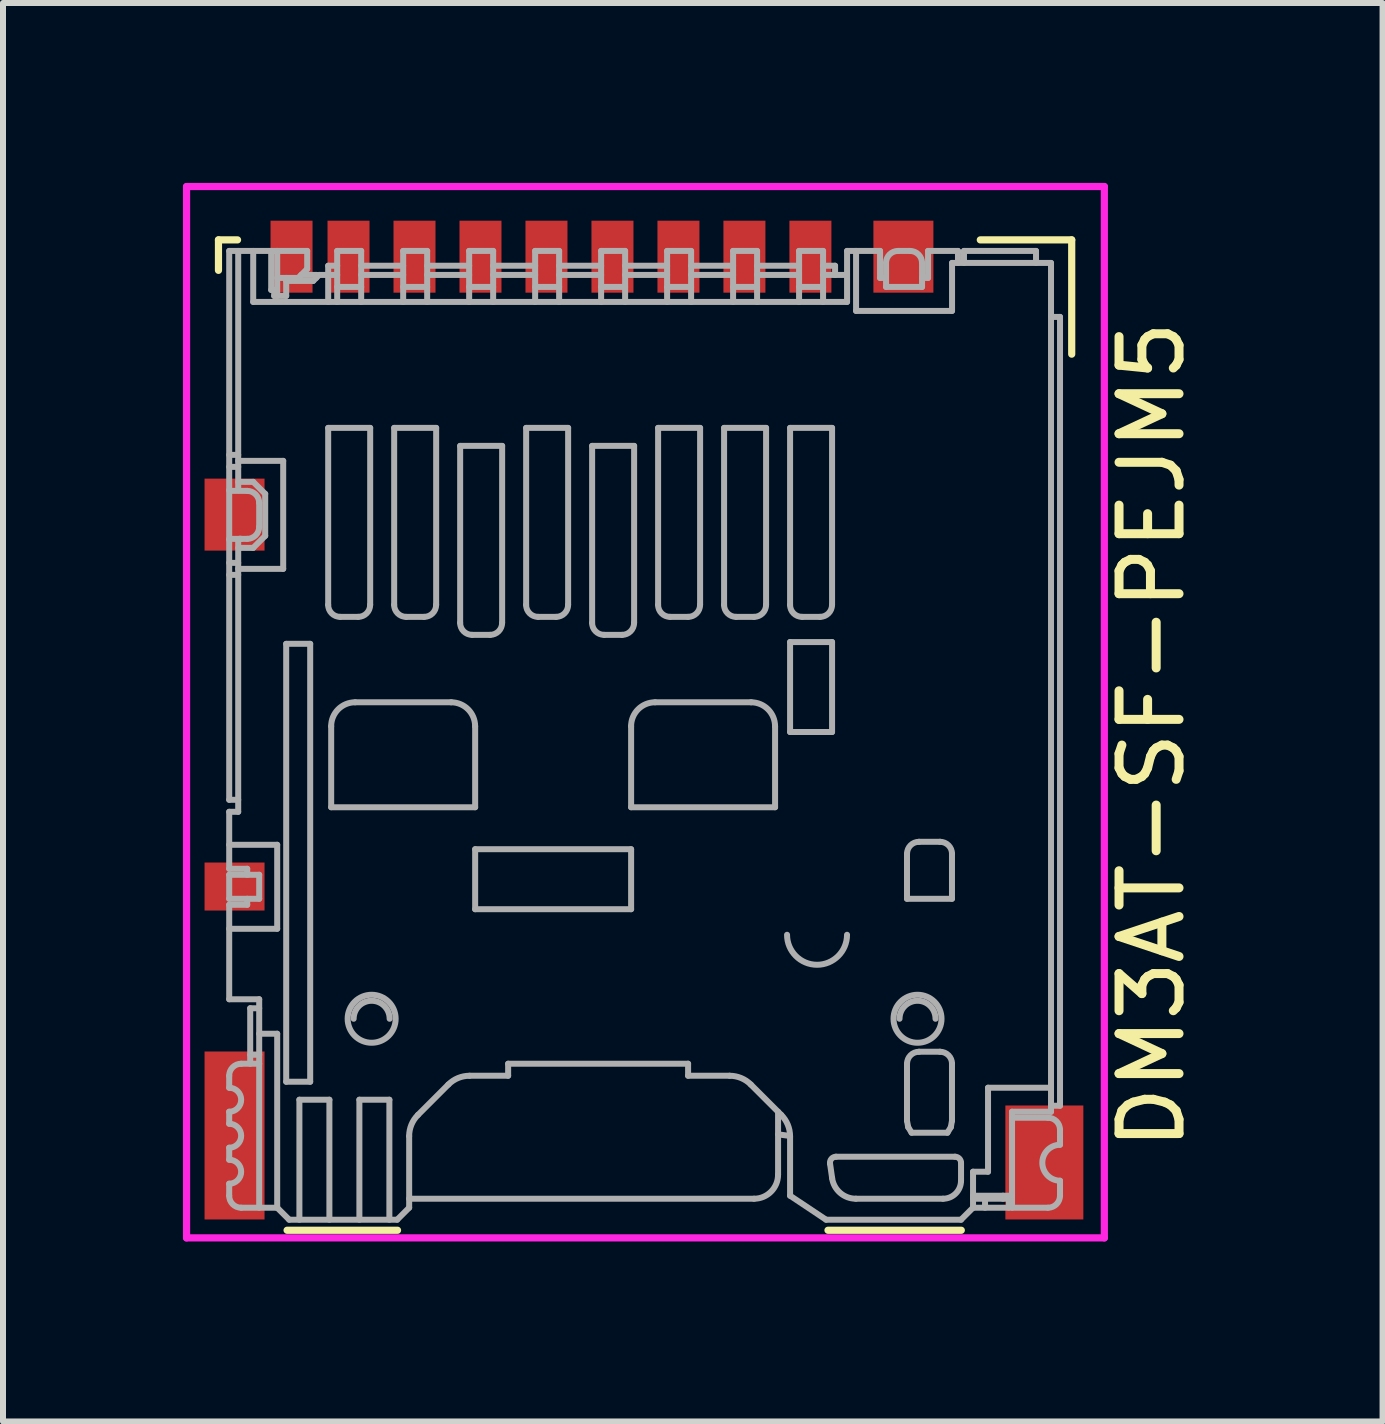
<source format=kicad_pcb>
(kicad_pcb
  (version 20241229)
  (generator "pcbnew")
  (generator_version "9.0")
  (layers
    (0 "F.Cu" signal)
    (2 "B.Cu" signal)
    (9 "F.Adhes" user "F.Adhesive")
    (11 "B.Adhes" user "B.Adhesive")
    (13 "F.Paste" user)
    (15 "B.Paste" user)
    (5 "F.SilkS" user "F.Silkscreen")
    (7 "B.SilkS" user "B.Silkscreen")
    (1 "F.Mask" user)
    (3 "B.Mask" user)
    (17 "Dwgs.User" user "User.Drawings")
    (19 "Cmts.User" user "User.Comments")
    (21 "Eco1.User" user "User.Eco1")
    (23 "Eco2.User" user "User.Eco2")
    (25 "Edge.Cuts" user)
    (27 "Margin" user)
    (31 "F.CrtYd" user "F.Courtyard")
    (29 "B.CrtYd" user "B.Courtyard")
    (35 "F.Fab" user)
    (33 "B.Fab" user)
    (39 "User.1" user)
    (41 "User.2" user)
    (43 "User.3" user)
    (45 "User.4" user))
  (footprint "DM3AT-SF-PEJM5"
    (layer "F.Cu")
    (at 7.26 9.204)
    (property "Reference" "DM3AT-SF-PEJM5" (at 8.89 0 90) (layer "F.SilkS") (effects (font (size 1 1) (thickness 0.15))))
    (attr through_hole)
    (fp_line (start -6.668 -8.255) (end -6.668 -7.747) (stroke (width 0.12) (type solid)) (layer "F.SilkS"))
    (fp_line (start -6.35 -8.255) (end -6.668 -8.255) (stroke (width 0.12) (type solid)) (layer "F.SilkS"))
    (fp_line (start -5.524 8.255) (end -3.683 8.255) (stroke (width 0.12) (type solid)) (layer "F.SilkS"))
    (fp_line (start 5.715 8.255) (end 3.493 8.255) (stroke (width 0.12) (type solid)) (layer "F.SilkS"))
    (fp_line (start 6.032 -8.255) (end 7.556 -8.255) (stroke (width 0.12) (type solid)) (layer "F.SilkS"))
    (fp_line (start 7.556 -8.255) (end 7.556 -6.35) (stroke (width 0.12) (type solid)) (layer "F.SilkS"))
    (fp_line (start -6.8 -7.525) (end -6.05 -7.525) (stroke (width 0.12) (type solid)) (layer "Eco1.User"))
    (fp_line (start -6.8 0.525) (end -6.8 -7.525) (stroke (width 0.12) (type solid)) (layer "Eco1.User"))
    (fp_line (start -6.05 -7.525) (end -6.05 0.525) (stroke (width 0.12) (type solid)) (layer "Eco1.User"))
    (fp_line (start -6.05 0.525) (end -6.8 0.525) (stroke (width 0.12) (type solid)) (layer "Eco1.User"))
    (fp_line (start -5.7 -1.675) (end -5 -1.675) (stroke (width 0.12) (type solid)) (layer "Eco1.User"))
    (fp_line (start -5.7 5.925) (end -5.7 -1.675) (stroke (width 0.12) (type solid)) (layer "Eco1.User"))
    (fp_line (start -5 -2.975) (end -5 -1.375) (stroke (width 0.12) (type solid)) (layer "Eco1.User"))
    (fp_line (start -5 -2.975) (end 3.7 -2.975) (stroke (width 0.12) (type solid)) (layer "Eco1.User"))
    (fp_line (start -5 -1.675) (end -5 5.925) (stroke (width 0.12) (type solid)) (layer "Eco1.User"))
    (fp_line (start -5 5.925) (end -5.7 5.925) (stroke (width 0.12) (type solid)) (layer "Eco1.User"))
    (fp_line (start 3.35 6.725) (end 5.9 6.725) (stroke (width 0.12) (type solid)) (layer "Eco1.User"))
    (fp_line (start 3.35 8.075) (end 3.35 6.725) (stroke (width 0.12) (type solid)) (layer "Eco1.User"))
    (fp_line (start 3.7 -2.975) (end 3.7 -1.375) (stroke (width 0.12) (type solid)) (layer "Eco1.User"))
    (fp_line (start 3.7 -1.375) (end -5 -1.375) (stroke (width 0.12) (type solid)) (layer "Eco1.User"))
    (fp_line (start 5.9 6.725) (end 5.9 8.075) (stroke (width 0.12) (type solid)) (layer "Eco1.User"))
    (fp_line (start 5.9 8.075) (end 3.35 8.075) (stroke (width 0.12) (type solid)) (layer "Eco1.User"))
    (fp_line (start -7.2 -9.144) (end 8.1 -9.144) (stroke (width 0.12) (type solid)) (layer "F.CrtYd"))
    (fp_line (start -7.2 8.382) (end -7.2 -9.144) (stroke (width 0.12) (type solid)) (layer "F.CrtYd"))
    (fp_line (start 8.1 -9.144) (end 8.1 8.382) (stroke (width 0.12) (type solid)) (layer "F.CrtYd"))
    (fp_line (start 8.1 8.382) (end -7.2 8.382) (stroke (width 0.12) (type solid)) (layer "F.CrtYd"))
    (fp_line (start -6.489 -4.084) (end -6.483 -4.071) (stroke (width 0.1) (type solid)) (layer "F.Fab"))
    (fp_line (start -6.489 -3.257) (end -6.486 -3.267) (stroke (width 0.1) (type solid)) (layer "F.Fab"))
    (fp_line (start -6.489 -2.871) (end -6.339 -2.871) (stroke (width 0.1) (type solid)) (layer "F.Fab"))
    (fp_line (start -6.489 1.079) (end -6.489 -8.071) (stroke (width 0.1) (type solid)) (layer "F.Fab"))
    (fp_line (start -6.489 1.079) (end -6.339 1.079) (stroke (width 0.1) (type solid)) (layer "F.Fab"))
    (fp_line (start -6.489 1.279) (end -6.489 2.229) (stroke (width 0.1) (type solid)) (layer "F.Fab"))
    (fp_line (start -6.489 1.279) (end -6.339 1.279) (stroke (width 0.1) (type solid)) (layer "F.Fab"))
    (fp_line (start -6.489 2.229) (end -6.189 2.229) (stroke (width 0.1) (type solid)) (layer "F.Fab"))
    (fp_line (start -6.489 2.329) (end -6.489 2.729) (stroke (width 0.1) (type solid)) (layer "F.Fab"))
    (fp_line (start -6.489 2.729) (end -5.989 2.729) (stroke (width 0.1) (type solid)) (layer "F.Fab"))
    (fp_line (start -6.489 4.404) (end -6.489 2.829) (stroke (width 0.1) (type solid)) (layer "F.Fab"))
    (fp_line (start -6.489 5.879) (end -6.489 5.679) (stroke (width 0.1) (type solid)) (layer "F.Fab"))
    (fp_line (start -6.489 6.479) (end -6.489 6.279) (stroke (width 0.1) (type solid)) (layer "F.Fab"))
    (fp_line (start -6.489 7.079) (end -6.489 6.879) (stroke (width 0.1) (type solid)) (layer "F.Fab"))
    (fp_line (start -6.489 7.679) (end -6.489 7.479) (stroke (width 0.1) (type solid)) (layer "F.Fab"))
    (fp_line (start -6.486 -3.267) (end -6.483 -3.271) (stroke (width 0.1) (type solid)) (layer "F.Fab"))
    (fp_line (start -6.483 -4.071) (end -6.189 -4.071) (stroke (width 0.1) (type solid)) (layer "F.Fab"))
    (fp_line (start -6.339 -4.671) (end -6.489 -4.671) (stroke (width 0.1) (type solid)) (layer "F.Fab"))
    (fp_line (start -6.339 -4.471) (end -6.489 -4.471) (stroke (width 0.1) (type solid)) (layer "F.Fab"))
    (fp_line (start -6.339 -4.084) (end -6.339 -8.071) (stroke (width 0.1) (type solid)) (layer "F.Fab"))
    (fp_line (start -6.339 -3.121) (end -6.089 -3.121) (stroke (width 0.1) (type solid)) (layer "F.Fab"))
    (fp_line (start -6.339 -2.771) (end -5.589 -2.771) (stroke (width 0.1) (type solid)) (layer "F.Fab"))
    (fp_line (start -6.339 -2.671) (end -6.489 -2.671) (stroke (width 0.1) (type solid)) (layer "F.Fab"))
    (fp_line (start -6.339 1.279) (end -6.339 -3.257) (stroke (width 0.1) (type solid)) (layer "F.Fab"))
    (fp_line (start -6.337 -3.264) (end -6.339 -3.257) (stroke (width 0.1) (type solid)) (layer "F.Fab"))
    (fp_line (start -6.33 -3.268) (end -6.337 -3.264) (stroke (width 0.1) (type solid)) (layer "F.Fab"))
    (fp_line (start -6.322 -3.27) (end -6.33 -3.268) (stroke (width 0.1) (type solid)) (layer "F.Fab"))
    (fp_line (start -6.313 -3.271) (end -6.322 -3.27) (stroke (width 0.1) (type solid)) (layer "F.Fab"))
    (fp_line (start -6.302 -3.271) (end -6.313 -3.271) (stroke (width 0.1) (type solid)) (layer "F.Fab"))
    (fp_line (start -6.289 -3.271) (end -6.302 -3.271) (stroke (width 0.1) (type solid)) (layer "F.Fab"))
    (fp_line (start -6.289 5.479) (end -5.989 5.479) (stroke (width 0.1) (type solid)) (layer "F.Fab"))
    (fp_line (start -6.189 -3.271) (end -6.483 -3.271) (stroke (width 0.1) (type solid)) (layer "F.Fab"))
    (fp_line (start -6.189 2.329) (end -6.189 2.229) (stroke (width 0.1) (type solid)) (layer "F.Fab"))
    (fp_line (start -6.189 2.829) (end -6.489 2.829) (stroke (width 0.1) (type solid)) (layer "F.Fab"))
    (fp_line (start -6.189 2.829) (end -6.189 2.729) (stroke (width 0.1) (type solid)) (layer "F.Fab"))
    (fp_line (start -6.139 4.554) (end -6.139 5.479) (stroke (width 0.1) (type solid)) (layer "F.Fab"))
    (fp_line (start -6.139 5.329) (end -5.989 5.329) (stroke (width 0.1) (type solid)) (layer "F.Fab"))
    (fp_line (start -6.089 -8.071) (end -6.089 -7.221) (stroke (width 0.1) (type solid)) (layer "F.Fab"))
    (fp_line (start -6.089 -7.221) (end 3.811 -7.221) (stroke (width 0.1) (type solid)) (layer "F.Fab"))
    (fp_line (start -6.089 -4.221) (end -6.339 -4.221) (stroke (width 0.1) (type solid)) (layer "F.Fab"))
    (fp_line (start -6.089 -3.121) (end -5.889 -3.321) (stroke (width 0.1) (type solid)) (layer "F.Fab"))
    (fp_line (start -5.989 -3.871) (end -5.989 -3.471) (stroke (width 0.1) (type solid)) (layer "F.Fab"))
    (fp_line (start -5.989 2.329) (end -6.489 2.329) (stroke (width 0.1) (type solid)) (layer "F.Fab"))
    (fp_line (start -5.989 2.729) (end -5.989 2.329) (stroke (width 0.1) (type solid)) (layer "F.Fab"))
    (fp_line (start -5.989 4.404) (end -6.489 4.404) (stroke (width 0.1) (type solid)) (layer "F.Fab"))
    (fp_line (start -5.989 4.554) (end -6.139 4.554) (stroke (width 0.1) (type solid)) (layer "F.Fab"))
    (fp_line (start -5.989 7.879) (end -5.989 4.404) (stroke (width 0.1) (type solid)) (layer "F.Fab"))
    (fp_line (start -5.889 -4.021) (end -6.089 -4.221) (stroke (width 0.1) (type solid)) (layer "F.Fab"))
    (fp_line (start -5.889 -3.321) (end -5.889 -4.021) (stroke (width 0.1) (type solid)) (layer "F.Fab"))
    (fp_line (start -5.789 -7.421) (end -5.789 -8.071) (stroke (width 0.1) (type solid)) (layer "F.Fab"))
    (fp_line (start -5.739 -7.421) (end -5.789 -7.421) (stroke (width 0.1) (type solid)) (layer "F.Fab"))
    (fp_line (start -5.739 -7.321) (end -5.739 -7.421) (stroke (width 0.1) (type solid)) (layer "F.Fab"))
    (fp_line (start -5.739 -7.321) (end -5.539 -7.321) (stroke (width 0.1) (type solid)) (layer "F.Fab"))
    (fp_line (start -5.697 -8.071) (end -6.489 -8.071) (stroke (width 0.1) (type solid)) (layer "F.Fab"))
    (fp_line (start -5.689 -8.071) (end -5.689 -7.321) (stroke (width 0.1) (type solid)) (layer "F.Fab"))
    (fp_line (start -5.689 -7.621) (end -5.339 -7.621) (stroke (width 0.1) (type solid)) (layer "F.Fab"))
    (fp_line (start -5.689 1.829) (end -6.489 1.829) (stroke (width 0.1) (type solid)) (layer "F.Fab"))
    (fp_line (start -5.689 3.229) (end -6.489 3.229) (stroke (width 0.1) (type solid)) (layer "F.Fab"))
    (fp_line (start -5.689 3.229) (end -5.689 1.829) (stroke (width 0.1) (type solid)) (layer "F.Fab"))
    (fp_line (start -5.689 4.979) (end -5.989 4.979) (stroke (width 0.1) (type solid)) (layer "F.Fab"))
    (fp_line (start -5.689 7.879) (end -6.289 7.879) (stroke (width 0.1) (type solid)) (layer "F.Fab"))
    (fp_line (start -5.689 7.879) (end -5.689 4.979) (stroke (width 0.1) (type solid)) (layer "F.Fab"))
    (fp_line (start -5.589 -4.571) (end -6.339 -4.571) (stroke (width 0.1) (type solid)) (layer "F.Fab"))
    (fp_line (start -5.589 -2.771) (end -5.589 -4.571) (stroke (width 0.1) (type solid)) (layer "F.Fab"))
    (fp_line (start -5.539 -7.571) (end -5.089 -7.571) (stroke (width 0.1) (type solid)) (layer "F.Fab"))
    (fp_line (start -5.539 -7.321) (end -5.539 -7.621) (stroke (width 0.1) (type solid)) (layer "F.Fab"))
    (fp_line (start -5.539 -1.521) (end -5.539 5.779) (stroke (width 0.1) (type solid)) (layer "F.Fab"))
    (fp_line (start -5.539 5.779) (end -5.139 5.779) (stroke (width 0.1) (type solid)) (layer "F.Fab"))
    (fp_line (start -5.489 8.079) (end -5.689 7.879) (stroke (width 0.1) (type solid)) (layer "F.Fab"))
    (fp_line (start -5.319 6.079) (end -5.319 8.079) (stroke (width 0.1) (type solid)) (layer "F.Fab"))
    (fp_line (start -5.189 -8.071) (end -5.689 -8.071) (stroke (width 0.1) (type solid)) (layer "F.Fab"))
    (fp_line (start -5.189 -8.071) (end -5.189 -7.771) (stroke (width 0.1) (type solid)) (layer "F.Fab"))
    (fp_line (start -5.189 -7.771) (end -5.339 -7.621) (stroke (width 0.1) (type solid)) (layer "F.Fab"))
    (fp_line (start -5.139 -1.521) (end -5.539 -1.521) (stroke (width 0.1) (type solid)) (layer "F.Fab"))
    (fp_line (start -5.139 5.779) (end -5.139 -1.521) (stroke (width 0.1) (type solid)) (layer "F.Fab"))
    (fp_line (start -5.089 -7.571) (end -4.989 -7.671) (stroke (width 0.1) (type solid)) (layer "F.Fab"))
    (fp_line (start -5.039 -7.671) (end -5.289 -7.671) (stroke (width 0.1) (type solid)) (layer "F.Fab"))
    (fp_line (start -5.039 -7.621) (end -5.039 -7.671) (stroke (width 0.1) (type solid)) (layer "F.Fab"))
    (fp_line (start -4.839 -7.671) (end -4.839 -7.221) (stroke (width 0.1) (type solid)) (layer "F.Fab"))
    (fp_line (start -4.839 -7.671) (end -4.839 -7.824) (stroke (width 0.1) (type solid)) (layer "F.Fab"))
    (fp_line (start -4.839 -5.121) (end -4.839 -2.171) (stroke (width 0.1) (type solid)) (layer "F.Fab"))
    (fp_line (start -4.819 6.079) (end -5.319 6.079) (stroke (width 0.1) (type solid)) (layer "F.Fab"))
    (fp_line (start -4.819 8.079) (end -4.819 6.079) (stroke (width 0.1) (type solid)) (layer "F.Fab"))
    (fp_line (start -4.789 -0.147) (end -4.789 1.203) (stroke (width 0.1) (type solid)) (layer "F.Fab"))
    (fp_line (start -4.789 1.203) (end -2.389 1.203) (stroke (width 0.1) (type solid)) (layer "F.Fab"))
    (fp_line (start -4.689 -8.071) (end -4.689 -7.221) (stroke (width 0.1) (type solid)) (layer "F.Fab"))
    (fp_line (start -4.689 -7.824) (end -4.839 -7.824) (stroke (width 0.1) (type solid)) (layer "F.Fab"))
    (fp_line (start -4.689 -7.671) (end -4.989 -7.671) (stroke (width 0.1) (type solid)) (layer "F.Fab"))
    (fp_line (start -4.639 -1.971) (end -4.339 -1.971) (stroke (width 0.1) (type solid)) (layer "F.Fab"))
    (fp_line (start -4.319 6.079) (end -4.319 8.079) (stroke (width 0.1) (type solid)) (layer "F.Fab"))
    (fp_line (start -4.289 -8.071) (end -4.689 -8.071) (stroke (width 0.1) (type solid)) (layer "F.Fab"))
    (fp_line (start -4.289 -7.471) (end -4.689 -7.471) (stroke (width 0.1) (type solid)) (layer "F.Fab"))
    (fp_line (start -4.289 -7.221) (end -4.289 -8.071) (stroke (width 0.1) (type solid)) (layer "F.Fab"))
    (fp_line (start -4.139 -5.121) (end -4.839 -5.121) (stroke (width 0.1) (type solid)) (layer "F.Fab"))
    (fp_line (start -4.139 -2.171) (end -4.139 -5.121) (stroke (width 0.1) (type solid)) (layer "F.Fab"))
    (fp_line (start -3.819 6.079) (end -4.319 6.079) (stroke (width 0.1) (type solid)) (layer "F.Fab"))
    (fp_line (start -3.819 8.079) (end -3.819 6.079) (stroke (width 0.1) (type solid)) (layer "F.Fab"))
    (fp_line (start -3.739 -5.121) (end -3.739 -2.171) (stroke (width 0.1) (type solid)) (layer "F.Fab"))
    (fp_line (start -3.689 8.079) (end -5.489 8.079) (stroke (width 0.1) (type solid)) (layer "F.Fab"))
    (fp_line (start -3.589 -8.071) (end -3.589 -7.221) (stroke (width 0.1) (type solid)) (layer "F.Fab"))
    (fp_line (start -3.589 -7.824) (end -4.289 -7.824) (stroke (width 0.1) (type solid)) (layer "F.Fab"))
    (fp_line (start -3.589 -7.671) (end -4.289 -7.671) (stroke (width 0.1) (type solid)) (layer "F.Fab"))
    (fp_line (start -3.539 -1.971) (end -3.239 -1.971) (stroke (width 0.1) (type solid)) (layer "F.Fab"))
    (fp_line (start -3.489 7.879) (end -3.689 8.079) (stroke (width 0.1) (type solid)) (layer "F.Fab"))
    (fp_line (start -3.489 7.879) (end -3.489 6.686) (stroke (width 0.1) (type solid)) (layer "F.Fab"))
    (fp_line (start -3.343 6.333) (end -2.836 5.826) (stroke (width 0.1) (type solid)) (layer "F.Fab"))
    (fp_line (start -3.189 -8.071) (end -3.589 -8.071) (stroke (width 0.1) (type solid)) (layer "F.Fab"))
    (fp_line (start -3.189 -7.471) (end -3.589 -7.471) (stroke (width 0.1) (type solid)) (layer "F.Fab"))
    (fp_line (start -3.189 -7.221) (end -3.189 -8.071) (stroke (width 0.1) (type solid)) (layer "F.Fab"))
    (fp_line (start -3.039 -5.121) (end -3.739 -5.121) (stroke (width 0.1) (type solid)) (layer "F.Fab"))
    (fp_line (start -3.039 -2.171) (end -3.039 -5.121) (stroke (width 0.1) (type solid)) (layer "F.Fab"))
    (fp_line (start -2.789 -0.547) (end -4.389 -0.547) (stroke (width 0.1) (type solid)) (layer "F.Fab"))
    (fp_line (start -2.639 -4.821) (end -2.639 -1.871) (stroke (width 0.1) (type solid)) (layer "F.Fab"))
    (fp_line (start -2.489 -8.071) (end -2.489 -7.221) (stroke (width 0.1) (type solid)) (layer "F.Fab"))
    (fp_line (start -2.489 -7.824) (end -3.189 -7.824) (stroke (width 0.1) (type solid)) (layer "F.Fab"))
    (fp_line (start -2.489 -7.671) (end -3.189 -7.671) (stroke (width 0.1) (type solid)) (layer "F.Fab"))
    (fp_line (start -2.482 5.679) (end -1.839 5.679) (stroke (width 0.1) (type solid)) (layer "F.Fab"))
    (fp_line (start -2.439 -1.671) (end -2.139 -1.671) (stroke (width 0.1) (type solid)) (layer "F.Fab"))
    (fp_line (start -2.389 1.203) (end -2.389 -0.147) (stroke (width 0.1) (type solid)) (layer "F.Fab"))
    (fp_line (start -2.389 1.903) (end -2.389 2.903) (stroke (width 0.1) (type solid)) (layer "F.Fab"))
    (fp_line (start -2.389 2.903) (end 0.211 2.903) (stroke (width 0.1) (type solid)) (layer "F.Fab"))
    (fp_line (start -2.089 -8.071) (end -2.489 -8.071) (stroke (width 0.1) (type solid)) (layer "F.Fab"))
    (fp_line (start -2.089 -7.471) (end -2.489 -7.471) (stroke (width 0.1) (type solid)) (layer "F.Fab"))
    (fp_line (start -2.089 -7.221) (end -2.089 -8.071) (stroke (width 0.1) (type solid)) (layer "F.Fab"))
    (fp_line (start -1.939 -4.821) (end -2.639 -4.821) (stroke (width 0.1) (type solid)) (layer "F.Fab"))
    (fp_line (start -1.939 -1.871) (end -1.939 -4.821) (stroke (width 0.1) (type solid)) (layer "F.Fab"))
    (fp_line (start -1.839 5.479) (end 1.161 5.479) (stroke (width 0.1) (type solid)) (layer "F.Fab"))
    (fp_line (start -1.839 5.679) (end -1.839 5.479) (stroke (width 0.1) (type solid)) (layer "F.Fab"))
    (fp_line (start -1.539 -5.121) (end -1.539 -2.171) (stroke (width 0.1) (type solid)) (layer "F.Fab"))
    (fp_line (start -1.389 -8.071) (end -1.389 -7.221) (stroke (width 0.1) (type solid)) (layer "F.Fab"))
    (fp_line (start -1.389 -7.824) (end -2.089 -7.824) (stroke (width 0.1) (type solid)) (layer "F.Fab"))
    (fp_line (start -1.389 -7.671) (end -2.089 -7.671) (stroke (width 0.1) (type solid)) (layer "F.Fab"))
    (fp_line (start -1.339 -1.971) (end -1.039 -1.971) (stroke (width 0.1) (type solid)) (layer "F.Fab"))
    (fp_line (start -0.989 -8.071) (end -1.389 -8.071) (stroke (width 0.1) (type solid)) (layer "F.Fab"))
    (fp_line (start -0.989 -7.471) (end -1.389 -7.471) (stroke (width 0.1) (type solid)) (layer "F.Fab"))
    (fp_line (start -0.989 -7.221) (end -0.989 -8.071) (stroke (width 0.1) (type solid)) (layer "F.Fab"))
    (fp_line (start -0.839 -5.121) (end -1.539 -5.121) (stroke (width 0.1) (type solid)) (layer "F.Fab"))
    (fp_line (start -0.839 -2.171) (end -0.839 -5.121) (stroke (width 0.1) (type solid)) (layer "F.Fab"))
    (fp_line (start -0.439 -4.821) (end -0.439 -1.871) (stroke (width 0.1) (type solid)) (layer "F.Fab"))
    (fp_line (start -0.289 -8.071) (end -0.289 -7.221) (stroke (width 0.1) (type solid)) (layer "F.Fab"))
    (fp_line (start -0.289 -7.824) (end -0.989 -7.824) (stroke (width 0.1) (type solid)) (layer "F.Fab"))
    (fp_line (start -0.289 -7.671) (end -0.989 -7.671) (stroke (width 0.1) (type solid)) (layer "F.Fab"))
    (fp_line (start -0.239 -1.671) (end 0.061 -1.671) (stroke (width 0.1) (type solid)) (layer "F.Fab"))
    (fp_line (start 0.111 -8.071) (end -0.289 -8.071) (stroke (width 0.1) (type solid)) (layer "F.Fab"))
    (fp_line (start 0.111 -7.471) (end -0.289 -7.471) (stroke (width 0.1) (type solid)) (layer "F.Fab"))
    (fp_line (start 0.111 -7.221) (end 0.111 -8.071) (stroke (width 0.1) (type solid)) (layer "F.Fab"))
    (fp_line (start 0.211 -0.147) (end 0.211 1.203) (stroke (width 0.1) (type solid)) (layer "F.Fab"))
    (fp_line (start 0.211 1.203) (end 2.611 1.203) (stroke (width 0.1) (type solid)) (layer "F.Fab"))
    (fp_line (start 0.211 1.903) (end -2.389 1.903) (stroke (width 0.1) (type solid)) (layer "F.Fab"))
    (fp_line (start 0.211 2.903) (end 0.211 1.903) (stroke (width 0.1) (type solid)) (layer "F.Fab"))
    (fp_line (start 0.261 -4.821) (end -0.439 -4.821) (stroke (width 0.1) (type solid)) (layer "F.Fab"))
    (fp_line (start 0.261 -1.871) (end 0.261 -4.821) (stroke (width 0.1) (type solid)) (layer "F.Fab"))
    (fp_line (start 0.661 -5.121) (end 0.661 -2.171) (stroke (width 0.1) (type solid)) (layer "F.Fab"))
    (fp_line (start 0.811 -8.071) (end 0.811 -7.221) (stroke (width 0.1) (type solid)) (layer "F.Fab"))
    (fp_line (start 0.811 -7.824) (end 0.111 -7.824) (stroke (width 0.1) (type solid)) (layer "F.Fab"))
    (fp_line (start 0.811 -7.671) (end 0.111 -7.671) (stroke (width 0.1) (type solid)) (layer "F.Fab"))
    (fp_line (start 0.861 -1.971) (end 1.161 -1.971) (stroke (width 0.1) (type solid)) (layer "F.Fab"))
    (fp_line (start 1.161 5.479) (end 1.161 5.679) (stroke (width 0.1) (type solid)) (layer "F.Fab"))
    (fp_line (start 1.161 5.679) (end 1.853 5.679) (stroke (width 0.1) (type solid)) (layer "F.Fab"))
    (fp_line (start 1.211 -8.071) (end 0.811 -8.071) (stroke (width 0.1) (type solid)) (layer "F.Fab"))
    (fp_line (start 1.211 -7.471) (end 0.811 -7.471) (stroke (width 0.1) (type solid)) (layer "F.Fab"))
    (fp_line (start 1.211 -7.221) (end 1.211 -8.071) (stroke (width 0.1) (type solid)) (layer "F.Fab"))
    (fp_line (start 1.361 -5.121) (end 0.661 -5.121) (stroke (width 0.1) (type solid)) (layer "F.Fab"))
    (fp_line (start 1.361 -2.171) (end 1.361 -5.121) (stroke (width 0.1) (type solid)) (layer "F.Fab"))
    (fp_line (start 1.761 -5.121) (end 1.761 -2.171) (stroke (width 0.1) (type solid)) (layer "F.Fab"))
    (fp_line (start 1.911 -8.071) (end 1.911 -7.221) (stroke (width 0.1) (type solid)) (layer "F.Fab"))
    (fp_line (start 1.911 -7.824) (end 1.211 -7.824) (stroke (width 0.1) (type solid)) (layer "F.Fab"))
    (fp_line (start 1.911 -7.671) (end 1.211 -7.671) (stroke (width 0.1) (type solid)) (layer "F.Fab"))
    (fp_line (start 1.961 -1.971) (end 2.261 -1.971) (stroke (width 0.1) (type solid)) (layer "F.Fab"))
    (fp_line (start 2.207 5.826) (end 2.714 6.333) (stroke (width 0.1) (type solid)) (layer "F.Fab"))
    (fp_line (start 2.211 -0.547) (end 0.611 -0.547) (stroke (width 0.1) (type solid)) (layer "F.Fab"))
    (fp_line (start 2.261 7.729) (end -3.489 7.729) (stroke (width 0.1) (type solid)) (layer "F.Fab"))
    (fp_line (start 2.311 -8.071) (end 1.911 -8.071) (stroke (width 0.1) (type solid)) (layer "F.Fab"))
    (fp_line (start 2.311 -7.471) (end 1.911 -7.471) (stroke (width 0.1) (type solid)) (layer "F.Fab"))
    (fp_line (start 2.311 -7.221) (end 2.311 -8.071) (stroke (width 0.1) (type solid)) (layer "F.Fab"))
    (fp_line (start 2.461 -5.121) (end 1.761 -5.121) (stroke (width 0.1) (type solid)) (layer "F.Fab"))
    (fp_line (start 2.461 -2.171) (end 2.461 -5.121) (stroke (width 0.1) (type solid)) (layer "F.Fab"))
    (fp_line (start 2.611 1.203) (end 2.611 -0.147) (stroke (width 0.1) (type solid)) (layer "F.Fab"))
    (fp_line (start 2.661 6.279) (end 2.661 7.329) (stroke (width 0.1) (type solid)) (layer "F.Fab"))
    (fp_line (start 2.661 6.656) (end 2.86 6.683) (stroke (width 0.1) (type solid)) (layer "F.Fab"))
    (fp_line (start 2.861 -5.121) (end 2.861 -2.171) (stroke (width 0.1) (type solid)) (layer "F.Fab"))
    (fp_line (start 2.861 -1.551) (end 2.861 -0.051) (stroke (width 0.1) (type solid)) (layer "F.Fab"))
    (fp_line (start 2.861 -0.051) (end 3.561 -0.051) (stroke (width 0.1) (type solid)) (layer "F.Fab"))
    (fp_line (start 2.861 6.686) (end 2.861 7.679) (stroke (width 0.1) (type solid)) (layer "F.Fab"))
    (fp_line (start 3.011 -8.071) (end 3.011 -7.221) (stroke (width 0.1) (type solid)) (layer "F.Fab"))
    (fp_line (start 3.011 -7.824) (end 2.311 -7.824) (stroke (width 0.1) (type solid)) (layer "F.Fab"))
    (fp_line (start 3.011 -7.671) (end 2.311 -7.671) (stroke (width 0.1) (type solid)) (layer "F.Fab"))
    (fp_line (start 3.061 -1.971) (end 3.361 -1.971) (stroke (width 0.1) (type solid)) (layer "F.Fab"))
    (fp_line (start 3.411 -8.071) (end 3.011 -8.071) (stroke (width 0.1) (type solid)) (layer "F.Fab"))
    (fp_line (start 3.411 -7.471) (end 3.011 -7.471) (stroke (width 0.1) (type solid)) (layer "F.Fab"))
    (fp_line (start 3.411 -7.221) (end 3.411 -8.071) (stroke (width 0.1) (type solid)) (layer "F.Fab"))
    (fp_line (start 3.461 8.079) (end 2.861 7.679) (stroke (width 0.1) (type solid)) (layer "F.Fab"))
    (fp_line (start 3.527 7.143) (end 3.562 7.386) (stroke (width 0.1) (type solid)) (layer "F.Fab"))
    (fp_line (start 3.561 -5.121) (end 2.861 -5.121) (stroke (width 0.1) (type solid)) (layer "F.Fab"))
    (fp_line (start 3.561 -2.171) (end 3.561 -5.121) (stroke (width 0.1) (type solid)) (layer "F.Fab"))
    (fp_line (start 3.561 -1.551) (end 2.861 -1.551) (stroke (width 0.1) (type solid)) (layer "F.Fab"))
    (fp_line (start 3.561 -0.051) (end 3.561 -1.551) (stroke (width 0.1) (type solid)) (layer "F.Fab"))
    (fp_line (start 3.611 -7.824) (end 3.411 -7.824) (stroke (width 0.1) (type solid)) (layer "F.Fab"))
    (fp_line (start 3.611 -7.824) (end 3.611 -7.671) (stroke (width 0.1) (type solid)) (layer "F.Fab"))
    (fp_line (start 3.811 -8.071) (end 3.811 -7.221) (stroke (width 0.1) (type solid)) (layer "F.Fab"))
    (fp_line (start 3.811 -8.071) (end 4.361 -8.071) (stroke (width 0.1) (type solid)) (layer "F.Fab"))
    (fp_line (start 3.811 -7.671) (end 3.411 -7.671) (stroke (width 0.1) (type solid)) (layer "F.Fab"))
    (fp_line (start 3.958 7.729) (end 5.411 7.729) (stroke (width 0.1) (type solid)) (layer "F.Fab"))
    (fp_line (start 3.961 -8.071) (end 3.961 -7.071) (stroke (width 0.1) (type solid)) (layer "F.Fab"))
    (fp_line (start 3.961 -7.071) (end 5.561 -7.071) (stroke (width 0.1) (type solid)) (layer "F.Fab"))
    (fp_line (start 4.361 -7.621) (end 4.361 -8.071) (stroke (width 0.1) (type solid)) (layer "F.Fab"))
    (fp_line (start 4.361 -7.621) (end 4.461 -7.621) (stroke (width 0.1) (type solid)) (layer "F.Fab"))
    (fp_line (start 4.461 -7.871) (end 4.461 -7.471) (stroke (width 0.1) (type solid)) (layer "F.Fab"))
    (fp_line (start 4.461 -7.471) (end 5.061 -7.471) (stroke (width 0.1) (type solid)) (layer "F.Fab"))
    (fp_line (start 4.661 -8.071) (end 4.861 -8.071) (stroke (width 0.1) (type solid)) (layer "F.Fab"))
    (fp_line (start 4.81 1.979) (end 4.81 2.729) (stroke (width 0.1) (type solid)) (layer "F.Fab"))
    (fp_line (start 4.81 2.729) (end 5.56 2.729) (stroke (width 0.1) (type solid)) (layer "F.Fab"))
    (fp_line (start 4.81 5.479) (end 4.81 6.429) (stroke (width 0.1) (type solid)) (layer "F.Fab"))
    (fp_line (start 4.81 6.429) (end 4.83 6.536) (stroke (width 0.1) (type solid)) (layer "F.Fab"))
    (fp_line (start 4.83 6.536) (end 4.887 6.629) (stroke (width 0.1) (type solid)) (layer "F.Fab"))
    (fp_line (start 4.887 6.629) (end 5.484 6.629) (stroke (width 0.1) (type solid)) (layer "F.Fab"))
    (fp_line (start 5.061 -7.621) (end 5.161 -7.621) (stroke (width 0.1) (type solid)) (layer "F.Fab"))
    (fp_line (start 5.061 -7.471) (end 5.061 -7.871) (stroke (width 0.1) (type solid)) (layer "F.Fab"))
    (fp_line (start 5.161 -8.071) (end 5.66 -8.071) (stroke (width 0.1) (type solid)) (layer "F.Fab"))
    (fp_line (start 5.161 -7.621) (end 5.161 -8.071) (stroke (width 0.1) (type solid)) (layer "F.Fab"))
    (fp_line (start 5.36 1.779) (end 5.01 1.779) (stroke (width 0.1) (type solid)) (layer "F.Fab"))
    (fp_line (start 5.36 5.279) (end 5.01 5.279) (stroke (width 0.1) (type solid)) (layer "F.Fab"))
    (fp_line (start 5.484 6.629) (end 5.541 6.536) (stroke (width 0.1) (type solid)) (layer "F.Fab"))
    (fp_line (start 5.541 6.536) (end 5.56 6.429) (stroke (width 0.1) (type solid)) (layer "F.Fab"))
    (fp_line (start 5.56 2.729) (end 5.56 1.979) (stroke (width 0.1) (type solid)) (layer "F.Fab"))
    (fp_line (start 5.56 6.429) (end 5.56 5.479) (stroke (width 0.1) (type solid)) (layer "F.Fab"))
    (fp_line (start 5.561 -7.871) (end 7.211 -7.871) (stroke (width 0.1) (type solid)) (layer "F.Fab"))
    (fp_line (start 5.561 -7.071) (end 5.561 -7.871) (stroke (width 0.1) (type solid)) (layer "F.Fab"))
    (fp_line (start 5.611 7.029) (end 3.626 7.029) (stroke (width 0.1) (type solid)) (layer "F.Fab"))
    (fp_line (start 5.66 -8.071) (end 5.66 -7.871) (stroke (width 0.1) (type solid)) (layer "F.Fab"))
    (fp_line (start 5.711 7.429) (end 5.711 7.129) (stroke (width 0.1) (type solid)) (layer "F.Fab"))
    (fp_line (start 5.711 8.079) (end 3.461 8.079) (stroke (width 0.1) (type solid)) (layer "F.Fab"))
    (fp_line (start 5.711 8.079) (end 5.911 7.879) (stroke (width 0.1) (type solid)) (layer "F.Fab"))
    (fp_line (start 5.76 -8.071) (end 5.76 -7.871) (stroke (width 0.1) (type solid)) (layer "F.Fab"))
    (fp_line (start 5.76 -8.071) (end 6.961 -8.071) (stroke (width 0.1) (type solid)) (layer "F.Fab"))
    (fp_line (start 5.911 7.279) (end 5.911 7.879) (stroke (width 0.1) (type solid)) (layer "F.Fab"))
    (fp_line (start 5.911 7.279) (end 6.161 7.279) (stroke (width 0.1) (type solid)) (layer "F.Fab"))
    (fp_line (start 5.911 7.879) (end 6.511 7.879) (stroke (width 0.1) (type solid)) (layer "F.Fab"))
    (fp_line (start 6.111 7.879) (end 6.111 7.729) (stroke (width 0.1) (type solid)) (layer "F.Fab"))
    (fp_line (start 6.161 5.879) (end 6.161 7.279) (stroke (width 0.1) (type solid)) (layer "F.Fab"))
    (fp_line (start 6.411 7.679) (end 6.411 7.729) (stroke (width 0.1) (type solid)) (layer "F.Fab"))
    (fp_line (start 6.511 7.729) (end 5.911 7.729) (stroke (width 0.1) (type solid)) (layer "F.Fab"))
    (fp_line (start 6.511 7.879) (end 6.511 7.729) (stroke (width 0.1) (type solid)) (layer "F.Fab"))
    (fp_line (start 6.561 6.279) (end 6.561 7.879) (stroke (width 0.1) (type solid)) (layer "F.Fab"))
    (fp_line (start 6.561 6.279) (end 7.211 6.279) (stroke (width 0.1) (type solid)) (layer "F.Fab"))
    (fp_line (start 6.561 6.379) (end 7.161 6.379) (stroke (width 0.1) (type solid)) (layer "F.Fab"))
    (fp_line (start 6.561 7.679) (end 5.911 7.679) (stroke (width 0.1) (type solid)) (layer "F.Fab"))
    (fp_line (start 6.961 -7.871) (end 6.961 -8.071) (stroke (width 0.1) (type solid)) (layer "F.Fab"))
    (fp_line (start 7.161 7.879) (end 6.561 7.879) (stroke (width 0.1) (type solid)) (layer "F.Fab"))
    (fp_line (start 7.211 5.879) (end 6.161 5.879) (stroke (width 0.1) (type solid)) (layer "F.Fab"))
    (fp_line (start 7.211 6.279) (end 7.211 -7.871) (stroke (width 0.1) (type solid)) (layer "F.Fab"))
    (fp_line (start 7.361 -6.971) (end 7.211 -6.971) (stroke (width 0.1) (type solid)) (layer "F.Fab"))
    (fp_line (start 7.361 6.179) (end 7.211 6.179) (stroke (width 0.1) (type solid)) (layer "F.Fab"))
    (fp_line (start 7.361 6.179) (end 7.361 -6.971) (stroke (width 0.1) (type solid)) (layer "F.Fab"))
    (fp_line (start 7.361 6.579) (end 7.361 6.829) (stroke (width 0.1) (type solid)) (layer "F.Fab"))
    (fp_line (start 7.361 7.429) (end 7.361 7.679) (stroke (width 0.1) (type solid)) (layer "F.Fab"))
    (fp_arc (start -6.489479 5.679349) (mid -6.4309 5.537928) (end -6.289479 5.479349) (stroke (width 0.1) (type solid)) (layer "F.Fab"))
    (fp_arc (start -6.489479 5.879349) (mid -6.289479 6.079349) (end -6.489479 6.279349) (stroke (width 0.1) (type solid)) (layer "F.Fab"))
    (fp_arc (start -6.489479 6.479349) (mid -6.289479 6.679349) (end -6.489479 6.879349) (stroke (width 0.1) (type solid)) (layer "F.Fab"))
    (fp_arc (start -6.489479 7.079349) (mid -6.289479 7.279349) (end -6.489479 7.479349) (stroke (width 0.1) (type solid)) (layer "F.Fab"))
    (fp_arc (start -6.289479 7.879349) (mid -6.4309 7.82077) (end -6.489479 7.679349) (stroke (width 0.1) (type solid)) (layer "F.Fab"))
    (fp_arc (start -6.189479 -4.070651) (mid -6.048058 -4.012072) (end -5.989479 -3.870651) (stroke (width 0.1) (type solid)) (layer "F.Fab"))
    (fp_arc (start -5.989479 -3.470651) (mid -6.048058 -3.32923) (end -6.189479 -3.270651) (stroke (width 0.1) (type solid)) (layer "F.Fab"))
    (fp_arc (start -4.789479 -0.146514) (mid -4.672322 -0.429357) (end -4.389479 -0.546514) (stroke (width 0.1) (type solid)) (layer "F.Fab"))
    (fp_arc (start -4.639479 -1.970651) (mid -4.7809 -2.02923) (end -4.839479 -2.170651) (stroke (width 0.1) (type solid)) (layer "F.Fab"))
    (fp_arc (start -4.414479 4.729349) (mid -4.114479 4.429349) (end -3.814479 4.729349) (stroke (width 0.1) (type solid)) (layer "F.Fab"))
    (fp_arc (start -4.139479 -2.170651) (mid -4.198058 -2.02923) (end -4.339479 -1.970651) (stroke (width 0.1) (type solid)) (layer "F.Fab"))
    (fp_arc (start -3.714479 4.729349) (mid -4.514479 4.729349) (end -3.714479 4.729349) (stroke (width 0.1) (type solid)) (layer "F.Fab"))
    (fp_arc (start -3.539479 -1.970651) (mid -3.6809 -2.02923) (end -3.739479 -2.170651) (stroke (width 0.1) (type solid)) (layer "F.Fab"))
    (fp_arc (start -3.489479 6.686456) (mid -3.451419 6.495114) (end -3.343032 6.332903) (stroke (width 0.1) (type solid)) (layer "F.Fab"))
    (fp_arc (start -3.039479 -2.170651) (mid -3.098058 -2.02923) (end -3.239479 -1.970651) (stroke (width 0.1) (type solid)) (layer "F.Fab"))
    (fp_arc (start -2.835925 5.825796) (mid -2.673714 5.71741) (end -2.482372 5.67935) (stroke (width 0.1) (type solid)) (layer "F.Fab"))
    (fp_arc (start -2.789479 -0.546514) (mid -2.506636 -0.429357) (end -2.389479 -0.146514) (stroke (width 0.1) (type solid)) (layer "F.Fab"))
    (fp_arc (start -2.439479 -1.670651) (mid -2.5809 -1.72923) (end -2.639479 -1.870651) (stroke (width 0.1) (type solid)) (layer "F.Fab"))
    (fp_arc (start -1.939479 -1.870651) (mid -1.998058 -1.72923) (end -2.139479 -1.670651) (stroke (width 0.1) (type solid)) (layer "F.Fab"))
    (fp_arc (start -1.339479 -1.970651) (mid -1.4809 -2.02923) (end -1.539479 -2.170651) (stroke (width 0.1) (type solid)) (layer "F.Fab"))
    (fp_arc (start -0.839479 -2.170651) (mid -0.898058 -2.02923) (end -1.039479 -1.970651) (stroke (width 0.1) (type solid)) (layer "F.Fab"))
    (fp_arc (start -0.239479 -1.670651) (mid -0.3809 -1.72923) (end -0.439479 -1.870651) (stroke (width 0.1) (type solid)) (layer "F.Fab"))
    (fp_arc (start 0.210521 -0.146514) (mid 0.327678 -0.429357) (end 0.610521 -0.546514) (stroke (width 0.1) (type solid)) (layer "F.Fab"))
    (fp_arc (start 0.260521 -1.870651) (mid 0.201942 -1.72923) (end 0.060521 -1.670651) (stroke (width 0.1) (type solid)) (layer "F.Fab"))
    (fp_arc (start 0.860521 -1.970651) (mid 0.7191 -2.02923) (end 0.660521 -2.170651) (stroke (width 0.1) (type solid)) (layer "F.Fab"))
    (fp_arc (start 1.360521 -2.170651) (mid 1.301942 -2.02923) (end 1.160521 -1.970651) (stroke (width 0.1) (type solid)) (layer "F.Fab"))
    (fp_arc (start 1.853415 5.679349) (mid 2.044757 5.717409) (end 2.206968 5.825796) (stroke (width 0.1) (type solid)) (layer "F.Fab"))
    (fp_arc (start 1.960521 -1.970651) (mid 1.8191 -2.02923) (end 1.760521 -2.170651) (stroke (width 0.1) (type solid)) (layer "F.Fab"))
    (fp_arc (start 2.210521 -0.546514) (mid 2.493364 -0.429357) (end 2.610521 -0.146514) (stroke (width 0.1) (type solid)) (layer "F.Fab"))
    (fp_arc (start 2.460521 -2.170651) (mid 2.401942 -2.02923) (end 2.260521 -1.970651) (stroke (width 0.1) (type solid)) (layer "F.Fab"))
    (fp_arc (start 2.660521 7.329349) (mid 2.543364 7.612192) (end 2.260521 7.729349) (stroke (width 0.1) (type solid)) (layer "F.Fab"))
    (fp_arc (start 2.714075 6.332902) (mid 2.822462 6.495114) (end 2.860522 6.686456) (stroke (width 0.1) (type solid)) (layer "F.Fab"))
    (fp_arc (start 3.060521 -1.970651) (mid 2.9191 -2.02923) (end 2.860521 -2.170651) (stroke (width 0.1) (type solid)) (layer "F.Fab"))
    (fp_arc (start 3.527142 7.143438) (mid 3.550617 7.063809) (end 3.626144 7.02935) (stroke (width 0.1) (type solid)) (layer "F.Fab"))
    (fp_arc (start 3.560521 -2.170651) (mid 3.501942 -2.02923) (end 3.360521 -1.970651) (stroke (width 0.1) (type solid)) (layer "F.Fab"))
    (fp_arc (start 3.81052 3.329349) (mid 3.31052 3.829349) (end 2.81052 3.329349) (stroke (width 0.1) (type solid)) (layer "F.Fab"))
    (fp_arc (start 3.957628 7.729349) (mid 3.695466 7.63146) (end 3.561618 7.385704) (stroke (width 0.1) (type solid)) (layer "F.Fab"))
    (fp_arc (start 4.460524 -7.870651) (mid 4.519103 -8.012072) (end 4.660524 -8.070651) (stroke (width 0.1) (type solid)) (layer "F.Fab"))
    (fp_arc (start 4.685521 4.729349) (mid 4.985521 4.429349) (end 5.285521 4.729349) (stroke (width 0.1) (type solid)) (layer "F.Fab"))
    (fp_arc (start 4.810454 1.979349) (mid 4.869033 1.837928) (end 5.010454 1.779349) (stroke (width 0.1) (type solid)) (layer "F.Fab"))
    (fp_arc (start 4.810454 5.479349) (mid 4.869033 5.337928) (end 5.010454 5.279349) (stroke (width 0.1) (type solid)) (layer "F.Fab"))
    (fp_arc (start 4.860524 -8.070651) (mid 5.001945 -8.012072) (end 5.060524 -7.870651) (stroke (width 0.1) (type solid)) (layer "F.Fab"))
    (fp_arc (start 5.360454 1.779349) (mid 5.501875 1.837928) (end 5.560454 1.979349) (stroke (width 0.1) (type solid)) (layer "F.Fab"))
    (fp_arc (start 5.360454 5.279349) (mid 5.501875 5.337928) (end 5.560454 5.479349) (stroke (width 0.1) (type solid)) (layer "F.Fab"))
    (fp_arc (start 5.385521 4.729349) (mid 4.585521 4.729349) (end 5.385521 4.729349) (stroke (width 0.1) (type solid)) (layer "F.Fab"))
    (fp_arc (start 5.610521 7.029349) (mid 5.681232 7.058638) (end 5.710521 7.129349) (stroke (width 0.1) (type solid)) (layer "F.Fab"))
    (fp_arc (start 5.710521 7.429349) (mid 5.622653 7.641481) (end 5.410521 7.729349) (stroke (width 0.1) (type solid)) (layer "F.Fab"))
    (fp_arc (start 7.16052 6.379349) (mid 7.301941 6.437928) (end 7.36052 6.579349) (stroke (width 0.1) (type solid)) (layer "F.Fab"))
    (fp_arc (start 7.36052 7.429349) (mid 7.06052 7.129349) (end 7.36052 6.829349) (stroke (width 0.1) (type solid)) (layer "F.Fab"))
    (fp_arc (start 7.36052 7.679349) (mid 7.301941 7.82077) (end 7.16052 7.879349) (stroke (width 0.1) (type solid)) (layer "F.Fab"))
    (pad "1" smd rect (at 3.2 -7.975) (size 0.7 1.2) (layers "F.Cu" "F.Mask" "F.Paste"))
    (pad "2" smd rect (at 2.1 -7.975) (size 0.7 1.2) (layers "F.Cu" "F.Mask" "F.Paste"))
    (pad "3" smd rect (at 1 -7.975) (size 0.7 1.2) (layers "F.Cu" "F.Mask" "F.Paste"))
    (pad "4" smd rect (at -0.1 -7.975) (size 0.7 1.2) (layers "F.Cu" "F.Mask" "F.Paste"))
    (pad "5" smd rect (at -1.2 -7.975) (size 0.7 1.2) (layers "F.Cu" "F.Mask" "F.Paste"))
    (pad "6" smd rect (at -2.3 -7.975) (size 0.7 1.2) (layers "F.Cu" "F.Mask" "F.Paste"))
    (pad "7" smd rect (at -3.4 -7.975) (size 0.7 1.2) (layers "F.Cu" "F.Mask" "F.Paste"))
    (pad "8" smd rect (at -4.5 -7.975) (size 0.7 1.2) (layers "F.Cu" "F.Mask" "F.Paste"))
    (pad "9" smd rect (at -5.45 -7.975) (size 0.7 1.2) (layers "F.Cu" "F.Mask" "F.Paste"))
    (pad "10" smd rect (at -6.4 -3.675) (size 1 1.2) (layers "F.Cu" "F.Mask" "F.Paste"))
    (pad "11" smd rect (at -6.4 2.525) (size 1 0.8) (layers "F.Cu" "F.Mask" "F.Paste"))
    (pad "11" smd rect (at -6.4 6.675) (size 1 2.8) (layers "F.Cu" "F.Mask" "F.Paste"))
    (pad "11" smd rect (at 4.75 -7.975) (size 1 1.2) (layers "F.Cu" "F.Mask" "F.Paste"))
    (pad "11" smd rect (at 7.1 7.125) (size 1.3 1.9) (layers "F.Cu" "F.Mask" "F.Paste")))
  (gr_rect
    (start -3 -3)
    (end 19.998 20.646)
    (stroke (width 0.1) (type default))
    (fill no)
    (layer "Edge.Cuts")))
</source>
